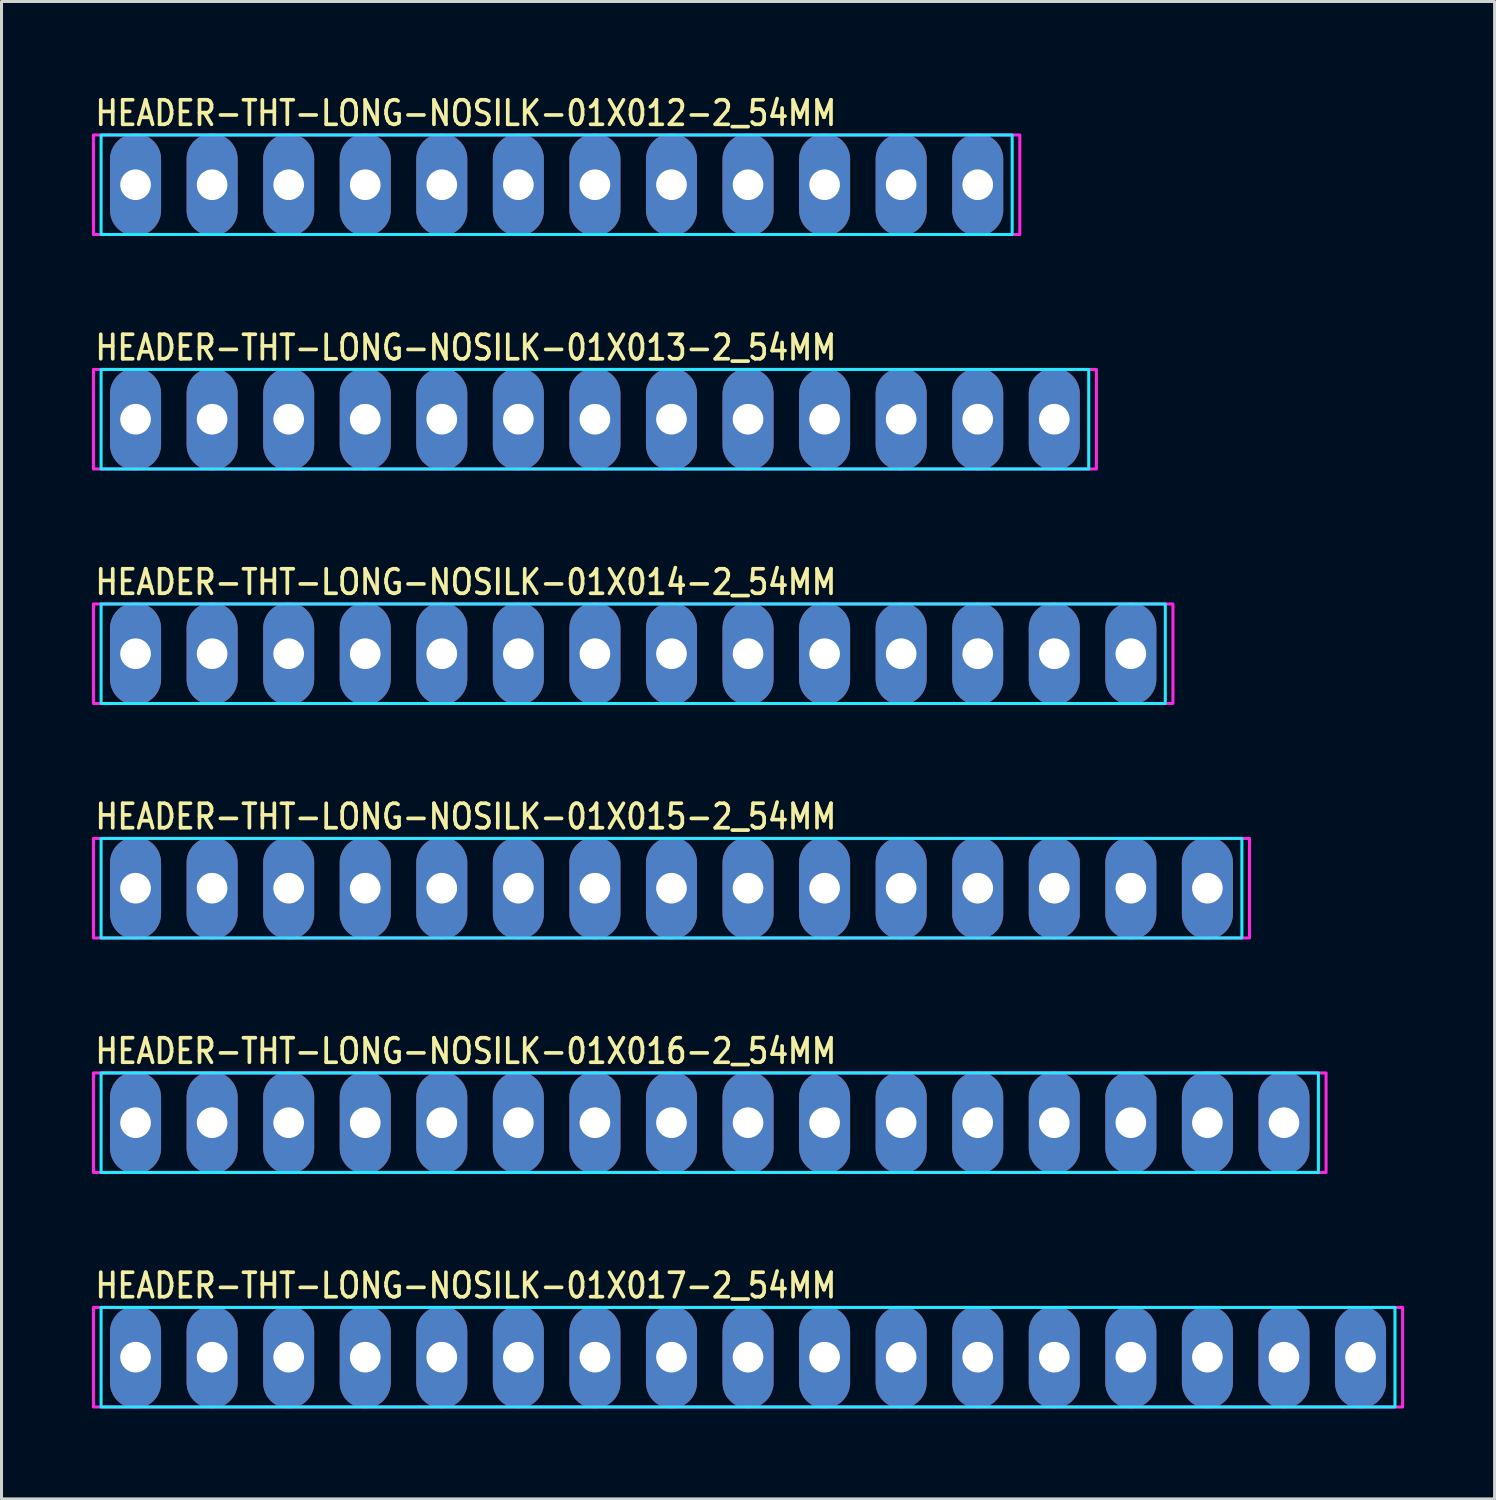
<source format=kicad_pcb>
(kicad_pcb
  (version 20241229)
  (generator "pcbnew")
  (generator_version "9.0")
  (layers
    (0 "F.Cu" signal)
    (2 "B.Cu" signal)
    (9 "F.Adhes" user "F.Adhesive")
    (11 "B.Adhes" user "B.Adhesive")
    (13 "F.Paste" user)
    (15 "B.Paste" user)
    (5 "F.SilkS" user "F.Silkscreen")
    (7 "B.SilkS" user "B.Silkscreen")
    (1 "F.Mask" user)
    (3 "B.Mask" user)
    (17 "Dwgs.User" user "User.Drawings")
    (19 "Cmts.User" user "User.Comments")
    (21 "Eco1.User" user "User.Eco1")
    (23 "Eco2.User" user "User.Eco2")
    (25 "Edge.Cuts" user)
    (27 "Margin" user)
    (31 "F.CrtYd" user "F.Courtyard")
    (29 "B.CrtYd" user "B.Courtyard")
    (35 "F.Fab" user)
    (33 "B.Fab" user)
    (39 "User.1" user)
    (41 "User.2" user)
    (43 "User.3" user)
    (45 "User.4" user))
  (footprint "HEADER-THT-LONG-NOSILK-01X013-2_54MM"
    (layer "F.Cu")
    (at 1.447 10.858)
    (property "Reference" "HEADER-THT-LONG-NOSILK-01X013-2_54MM" (at -1.4 -1.9 0) (unlocked yes) (layer "F.SilkS") (effects (font (size 0.813 0.695) (thickness 0.122)) (justify left bottom)))
    (fp_poly (pts (xy -1.143 -1.651) (xy 31.623 -1.651) (xy 31.623 1.651) (xy -1.143 1.651)) (stroke (width 0.1) (type solid)) (fill no) (layer "B.CrtYd"))
    (fp_poly (pts (xy -1.397 -1.651) (xy 31.877 -1.651) (xy 31.877 1.651) (xy -1.397 1.651)) (stroke (width 0.1) (type solid)) (fill no) (layer "F.CrtYd"))
    (pad "1" thru_hole oval (at 0 0 90) (size 3.387 1.693) (drill 1.016) (layers "*.Cu" "*.Mask"))
    (pad "2" thru_hole oval (at 2.54 0 90) (size 3.387 1.693) (drill 1.016) (layers "*.Cu" "*.Mask"))
    (pad "3" thru_hole oval (at 5.08 0 90) (size 3.387 1.693) (drill 1.016) (layers "*.Cu" "*.Mask"))
    (pad "4" thru_hole oval (at 7.62 0 90) (size 3.387 1.693) (drill 1.016) (layers "*.Cu" "*.Mask"))
    (pad "5" thru_hole oval (at 10.16 0 90) (size 3.387 1.693) (drill 1.016) (layers "*.Cu" "*.Mask"))
    (pad "6" thru_hole oval (at 12.7 0 90) (size 3.387 1.693) (drill 1.016) (layers "*.Cu" "*.Mask"))
    (pad "7" thru_hole oval (at 15.24 0 90) (size 3.387 1.693) (drill 1.016) (layers "*.Cu" "*.Mask"))
    (pad "8" thru_hole oval (at 17.78 0 90) (size 3.387 1.693) (drill 1.016) (layers "*.Cu" "*.Mask"))
    (pad "9" thru_hole oval (at 20.32 0 90) (size 3.387 1.693) (drill 1.016) (layers "*.Cu" "*.Mask"))
    (pad "10" thru_hole oval (at 22.86 0 90) (size 3.387 1.693) (drill 1.016) (layers "*.Cu" "*.Mask"))
    (pad "11" thru_hole oval (at 25.4 0 90) (size 3.387 1.693) (drill 1.016) (layers "*.Cu" "*.Mask"))
    (pad "12" thru_hole oval (at 27.94 0 90) (size 3.387 1.693) (drill 1.016) (layers "*.Cu" "*.Mask"))
    (pad "13" thru_hole oval (at 30.48 0 90) (size 3.387 1.693) (drill 1.016) (layers "*.Cu" "*.Mask")))
  (footprint "HEADER-THT-LONG-NOSILK-01X012-2_54MM"
    (layer "F.Cu")
    (at 1.447 3.079)
    (property "Reference" "HEADER-THT-LONG-NOSILK-01X012-2_54MM" (at -1.4 -1.9 0) (unlocked yes) (layer "F.SilkS") (effects (font (size 0.813 0.695) (thickness 0.122)) (justify left bottom)))
    (fp_poly (pts (xy -1.143 -1.651) (xy 29.083 -1.651) (xy 29.083 1.651) (xy -1.143 1.651)) (stroke (width 0.1) (type solid)) (fill no) (layer "B.CrtYd"))
    (fp_poly (pts (xy -1.397 -1.651) (xy 29.337 -1.651) (xy 29.337 1.651) (xy -1.397 1.651)) (stroke (width 0.1) (type solid)) (fill no) (layer "F.CrtYd"))
    (pad "1" thru_hole oval (at 0 0 90) (size 3.387 1.693) (drill 1.016) (layers "*.Cu" "*.Mask"))
    (pad "2" thru_hole oval (at 2.54 0 90) (size 3.387 1.693) (drill 1.016) (layers "*.Cu" "*.Mask"))
    (pad "3" thru_hole oval (at 5.08 0 90) (size 3.387 1.693) (drill 1.016) (layers "*.Cu" "*.Mask"))
    (pad "4" thru_hole oval (at 7.62 0 90) (size 3.387 1.693) (drill 1.016) (layers "*.Cu" "*.Mask"))
    (pad "5" thru_hole oval (at 10.16 0 90) (size 3.387 1.693) (drill 1.016) (layers "*.Cu" "*.Mask"))
    (pad "6" thru_hole oval (at 12.7 0 90) (size 3.387 1.693) (drill 1.016) (layers "*.Cu" "*.Mask"))
    (pad "7" thru_hole oval (at 15.24 0 90) (size 3.387 1.693) (drill 1.016) (layers "*.Cu" "*.Mask"))
    (pad "8" thru_hole oval (at 17.78 0 90) (size 3.387 1.693) (drill 1.016) (layers "*.Cu" "*.Mask"))
    (pad "9" thru_hole oval (at 20.32 0 90) (size 3.387 1.693) (drill 1.016) (layers "*.Cu" "*.Mask"))
    (pad "10" thru_hole oval (at 22.86 0 90) (size 3.387 1.693) (drill 1.016) (layers "*.Cu" "*.Mask"))
    (pad "11" thru_hole oval (at 25.4 0 90) (size 3.387 1.693) (drill 1.016) (layers "*.Cu" "*.Mask"))
    (pad "12" thru_hole oval (at 27.94 0 90) (size 3.387 1.693) (drill 1.016) (layers "*.Cu" "*.Mask")))
  (footprint "HEADER-THT-LONG-NOSILK-01X015-2_54MM"
    (layer "F.Cu")
    (at 1.447 26.417)
    (property "Reference" "HEADER-THT-LONG-NOSILK-01X015-2_54MM" (at -1.4 -1.9 0) (unlocked yes) (layer "F.SilkS") (effects (font (size 0.813 0.695) (thickness 0.122)) (justify left bottom)))
    (fp_poly (pts (xy -1.143 -1.651) (xy 36.703 -1.651) (xy 36.703 1.651) (xy -1.143 1.651)) (stroke (width 0.1) (type solid)) (fill no) (layer "B.CrtYd"))
    (fp_poly (pts (xy -1.397 -1.651) (xy 36.957 -1.651) (xy 36.957 1.651) (xy -1.397 1.651)) (stroke (width 0.1) (type solid)) (fill no) (layer "F.CrtYd"))
    (pad "1" thru_hole oval (at 0 0 90) (size 3.387 1.693) (drill 1.016) (layers "*.Cu" "*.Mask"))
    (pad "2" thru_hole oval (at 2.54 0 90) (size 3.387 1.693) (drill 1.016) (layers "*.Cu" "*.Mask"))
    (pad "3" thru_hole oval (at 5.08 0 90) (size 3.387 1.693) (drill 1.016) (layers "*.Cu" "*.Mask"))
    (pad "4" thru_hole oval (at 7.62 0 90) (size 3.387 1.693) (drill 1.016) (layers "*.Cu" "*.Mask"))
    (pad "5" thru_hole oval (at 10.16 0 90) (size 3.387 1.693) (drill 1.016) (layers "*.Cu" "*.Mask"))
    (pad "6" thru_hole oval (at 12.7 0 90) (size 3.387 1.693) (drill 1.016) (layers "*.Cu" "*.Mask"))
    (pad "7" thru_hole oval (at 15.24 0 90) (size 3.387 1.693) (drill 1.016) (layers "*.Cu" "*.Mask"))
    (pad "8" thru_hole oval (at 17.78 0 90) (size 3.387 1.693) (drill 1.016) (layers "*.Cu" "*.Mask"))
    (pad "9" thru_hole oval (at 20.32 0 90) (size 3.387 1.693) (drill 1.016) (layers "*.Cu" "*.Mask"))
    (pad "10" thru_hole oval (at 22.86 0 90) (size 3.387 1.693) (drill 1.016) (layers "*.Cu" "*.Mask"))
    (pad "11" thru_hole oval (at 25.4 0 90) (size 3.387 1.693) (drill 1.016) (layers "*.Cu" "*.Mask"))
    (pad "12" thru_hole oval (at 27.94 0 90) (size 3.387 1.693) (drill 1.016) (layers "*.Cu" "*.Mask"))
    (pad "13" thru_hole oval (at 30.48 0 90) (size 3.387 1.693) (drill 1.016) (layers "*.Cu" "*.Mask"))
    (pad "14" thru_hole oval (at 33.02 0 90) (size 3.387 1.693) (drill 1.016) (layers "*.Cu" "*.Mask"))
    (pad "15" thru_hole oval (at 35.56 0 90) (size 3.387 1.693) (drill 1.016) (layers "*.Cu" "*.Mask")))
  (footprint "HEADER-THT-LONG-NOSILK-01X014-2_54MM"
    (layer "F.Cu")
    (at 1.447 18.638)
    (property "Reference" "HEADER-THT-LONG-NOSILK-01X014-2_54MM" (at -1.4 -1.9 0) (unlocked yes) (layer "F.SilkS") (effects (font (size 0.813 0.695) (thickness 0.122)) (justify left bottom)))
    (fp_poly (pts (xy -1.143 -1.651) (xy 34.163 -1.651) (xy 34.163 1.651) (xy -1.143 1.651)) (stroke (width 0.1) (type solid)) (fill no) (layer "B.CrtYd"))
    (fp_poly (pts (xy -1.397 -1.651) (xy 34.417 -1.651) (xy 34.417 1.651) (xy -1.397 1.651)) (stroke (width 0.1) (type solid)) (fill no) (layer "F.CrtYd"))
    (pad "1" thru_hole oval (at 0 0 90) (size 3.387 1.693) (drill 1.016) (layers "*.Cu" "*.Mask"))
    (pad "2" thru_hole oval (at 2.54 0 90) (size 3.387 1.693) (drill 1.016) (layers "*.Cu" "*.Mask"))
    (pad "3" thru_hole oval (at 5.08 0 90) (size 3.387 1.693) (drill 1.016) (layers "*.Cu" "*.Mask"))
    (pad "4" thru_hole oval (at 7.62 0 90) (size 3.387 1.693) (drill 1.016) (layers "*.Cu" "*.Mask"))
    (pad "5" thru_hole oval (at 10.16 0 90) (size 3.387 1.693) (drill 1.016) (layers "*.Cu" "*.Mask"))
    (pad "6" thru_hole oval (at 12.7 0 90) (size 3.387 1.693) (drill 1.016) (layers "*.Cu" "*.Mask"))
    (pad "7" thru_hole oval (at 15.24 0 90) (size 3.387 1.693) (drill 1.016) (layers "*.Cu" "*.Mask"))
    (pad "8" thru_hole oval (at 17.78 0 90) (size 3.387 1.693) (drill 1.016) (layers "*.Cu" "*.Mask"))
    (pad "9" thru_hole oval (at 20.32 0 90) (size 3.387 1.693) (drill 1.016) (layers "*.Cu" "*.Mask"))
    (pad "10" thru_hole oval (at 22.86 0 90) (size 3.387 1.693) (drill 1.016) (layers "*.Cu" "*.Mask"))
    (pad "11" thru_hole oval (at 25.4 0 90) (size 3.387 1.693) (drill 1.016) (layers "*.Cu" "*.Mask"))
    (pad "12" thru_hole oval (at 27.94 0 90) (size 3.387 1.693) (drill 1.016) (layers "*.Cu" "*.Mask"))
    (pad "13" thru_hole oval (at 30.48 0 90) (size 3.387 1.693) (drill 1.016) (layers "*.Cu" "*.Mask"))
    (pad "14" thru_hole oval (at 33.02 0 90) (size 3.387 1.693) (drill 1.016) (layers "*.Cu" "*.Mask")))
  (footprint "HEADER-THT-LONG-NOSILK-01X017-2_54MM"
    (layer "F.Cu")
    (at 1.447 41.976)
    (property "Reference" "HEADER-THT-LONG-NOSILK-01X017-2_54MM" (at -1.4 -1.9 0) (unlocked yes) (layer "F.SilkS") (effects (font (size 0.813 0.695) (thickness 0.122)) (justify left bottom)))
    (fp_poly (pts (xy -1.143 -1.651) (xy 41.783 -1.651) (xy 41.783 1.651) (xy -1.143 1.651)) (stroke (width 0.1) (type solid)) (fill no) (layer "B.CrtYd"))
    (fp_poly (pts (xy -1.397 -1.651) (xy 42.037 -1.651) (xy 42.037 1.651) (xy -1.397 1.651)) (stroke (width 0.1) (type solid)) (fill no) (layer "F.CrtYd"))
    (pad "1" thru_hole oval (at 0 0 90) (size 3.387 1.693) (drill 1.016) (layers "*.Cu" "*.Mask"))
    (pad "2" thru_hole oval (at 2.54 0 90) (size 3.387 1.693) (drill 1.016) (layers "*.Cu" "*.Mask"))
    (pad "3" thru_hole oval (at 5.08 0 90) (size 3.387 1.693) (drill 1.016) (layers "*.Cu" "*.Mask"))
    (pad "4" thru_hole oval (at 7.62 0 90) (size 3.387 1.693) (drill 1.016) (layers "*.Cu" "*.Mask"))
    (pad "5" thru_hole oval (at 10.16 0 90) (size 3.387 1.693) (drill 1.016) (layers "*.Cu" "*.Mask"))
    (pad "6" thru_hole oval (at 12.7 0 90) (size 3.387 1.693) (drill 1.016) (layers "*.Cu" "*.Mask"))
    (pad "7" thru_hole oval (at 15.24 0 90) (size 3.387 1.693) (drill 1.016) (layers "*.Cu" "*.Mask"))
    (pad "8" thru_hole oval (at 17.78 0 90) (size 3.387 1.693) (drill 1.016) (layers "*.Cu" "*.Mask"))
    (pad "9" thru_hole oval (at 20.32 0 90) (size 3.387 1.693) (drill 1.016) (layers "*.Cu" "*.Mask"))
    (pad "10" thru_hole oval (at 22.86 0 90) (size 3.387 1.693) (drill 1.016) (layers "*.Cu" "*.Mask"))
    (pad "11" thru_hole oval (at 25.4 0 90) (size 3.387 1.693) (drill 1.016) (layers "*.Cu" "*.Mask"))
    (pad "12" thru_hole oval (at 27.94 0 90) (size 3.387 1.693) (drill 1.016) (layers "*.Cu" "*.Mask"))
    (pad "13" thru_hole oval (at 30.48 0 90) (size 3.387 1.693) (drill 1.016) (layers "*.Cu" "*.Mask"))
    (pad "14" thru_hole oval (at 33.02 0 90) (size 3.387 1.693) (drill 1.016) (layers "*.Cu" "*.Mask"))
    (pad "15" thru_hole oval (at 35.56 0 90) (size 3.387 1.693) (drill 1.016) (layers "*.Cu" "*.Mask"))
    (pad "16" thru_hole oval (at 38.1 0 90) (size 3.387 1.693) (drill 1.016) (layers "*.Cu" "*.Mask"))
    (pad "17" thru_hole oval (at 40.64 0 90) (size 3.387 1.693) (drill 1.016) (layers "*.Cu" "*.Mask")))
  (footprint "HEADER-THT-LONG-NOSILK-01X016-2_54MM"
    (layer "F.Cu")
    (at 1.447 34.197)
    (property "Reference" "HEADER-THT-LONG-NOSILK-01X016-2_54MM" (at -1.4 -1.9 0) (unlocked yes) (layer "F.SilkS") (effects (font (size 0.813 0.695) (thickness 0.122)) (justify left bottom)))
    (fp_poly (pts (xy -1.143 -1.651) (xy 39.243 -1.651) (xy 39.243 1.651) (xy -1.143 1.651)) (stroke (width 0.1) (type solid)) (fill no) (layer "B.CrtYd"))
    (fp_poly (pts (xy -1.397 -1.651) (xy 39.497 -1.651) (xy 39.497 1.651) (xy -1.397 1.651)) (stroke (width 0.1) (type solid)) (fill no) (layer "F.CrtYd"))
    (pad "1" thru_hole oval (at 0 0 90) (size 3.387 1.693) (drill 1.016) (layers "*.Cu" "*.Mask"))
    (pad "2" thru_hole oval (at 2.54 0 90) (size 3.387 1.693) (drill 1.016) (layers "*.Cu" "*.Mask"))
    (pad "3" thru_hole oval (at 5.08 0 90) (size 3.387 1.693) (drill 1.016) (layers "*.Cu" "*.Mask"))
    (pad "4" thru_hole oval (at 7.62 0 90) (size 3.387 1.693) (drill 1.016) (layers "*.Cu" "*.Mask"))
    (pad "5" thru_hole oval (at 10.16 0 90) (size 3.387 1.693) (drill 1.016) (layers "*.Cu" "*.Mask"))
    (pad "6" thru_hole oval (at 12.7 0 90) (size 3.387 1.693) (drill 1.016) (layers "*.Cu" "*.Mask"))
    (pad "7" thru_hole oval (at 15.24 0 90) (size 3.387 1.693) (drill 1.016) (layers "*.Cu" "*.Mask"))
    (pad "8" thru_hole oval (at 17.78 0 90) (size 3.387 1.693) (drill 1.016) (layers "*.Cu" "*.Mask"))
    (pad "9" thru_hole oval (at 20.32 0 90) (size 3.387 1.693) (drill 1.016) (layers "*.Cu" "*.Mask"))
    (pad "10" thru_hole oval (at 22.86 0 90) (size 3.387 1.693) (drill 1.016) (layers "*.Cu" "*.Mask"))
    (pad "11" thru_hole oval (at 25.4 0 90) (size 3.387 1.693) (drill 1.016) (layers "*.Cu" "*.Mask"))
    (pad "12" thru_hole oval (at 27.94 0 90) (size 3.387 1.693) (drill 1.016) (layers "*.Cu" "*.Mask"))
    (pad "13" thru_hole oval (at 30.48 0 90) (size 3.387 1.693) (drill 1.016) (layers "*.Cu" "*.Mask"))
    (pad "14" thru_hole oval (at 33.02 0 90) (size 3.387 1.693) (drill 1.016) (layers "*.Cu" "*.Mask"))
    (pad "15" thru_hole oval (at 35.56 0 90) (size 3.387 1.693) (drill 1.016) (layers "*.Cu" "*.Mask"))
    (pad "16" thru_hole oval (at 38.1 0 90) (size 3.387 1.693) (drill 1.016) (layers "*.Cu" "*.Mask")))
  (gr_rect
    (start -3 -3)
    (end 46.534 46.677)
    (stroke (width 0.1) (type default))
    (fill no)
    (layer "Edge.Cuts")))
</source>
